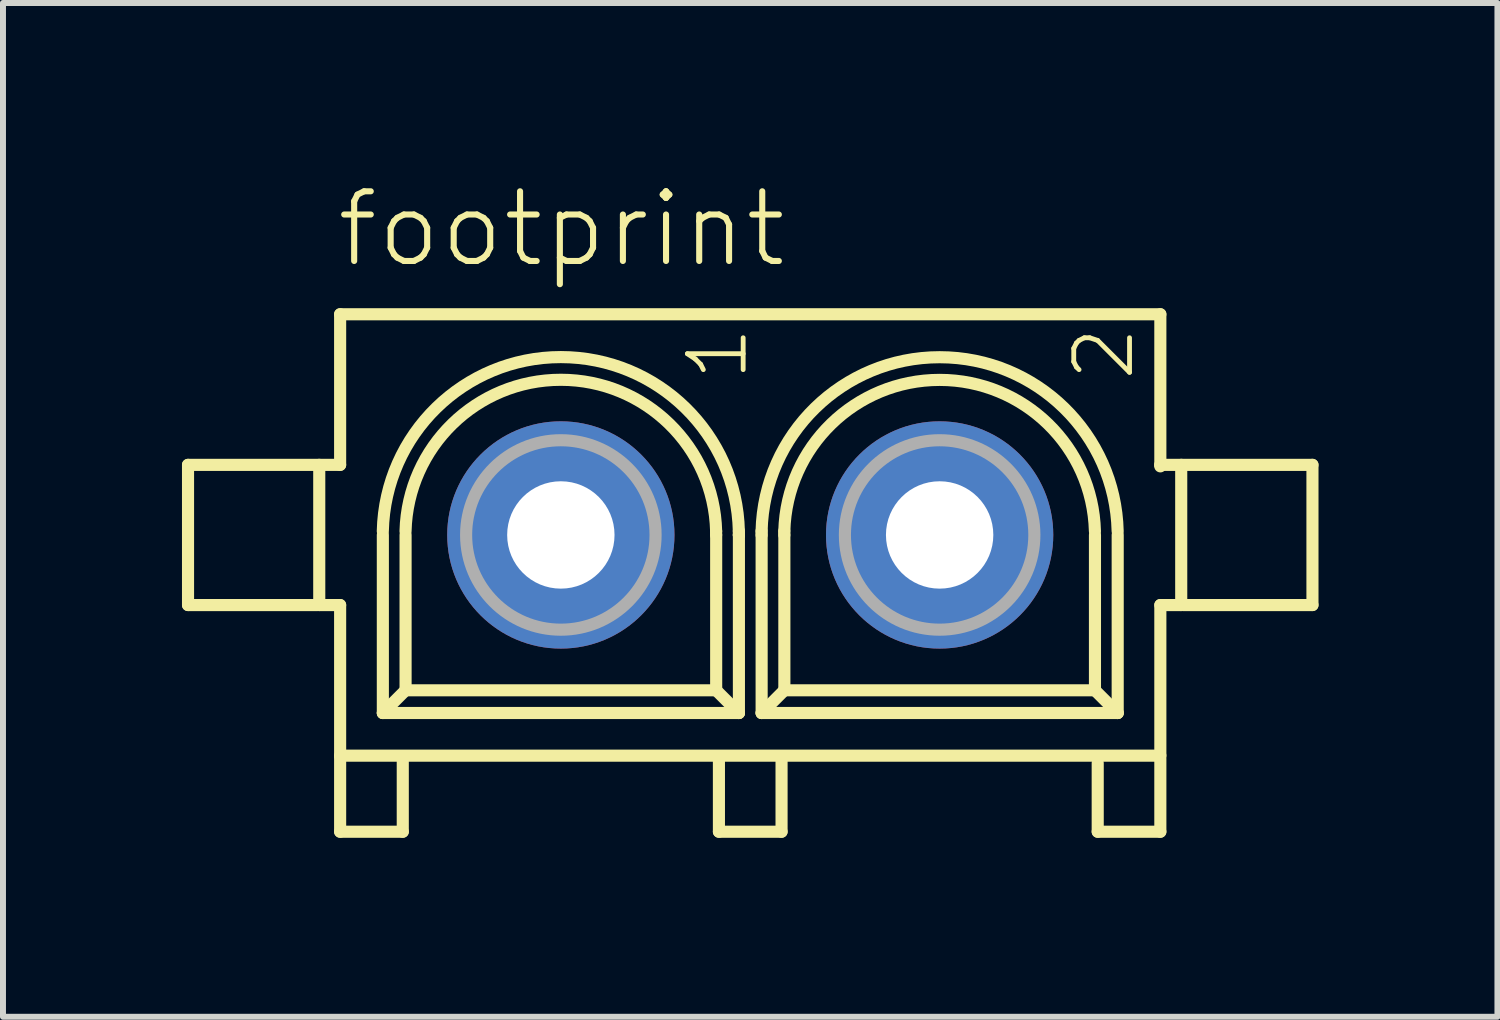
<source format=kicad_pcb>
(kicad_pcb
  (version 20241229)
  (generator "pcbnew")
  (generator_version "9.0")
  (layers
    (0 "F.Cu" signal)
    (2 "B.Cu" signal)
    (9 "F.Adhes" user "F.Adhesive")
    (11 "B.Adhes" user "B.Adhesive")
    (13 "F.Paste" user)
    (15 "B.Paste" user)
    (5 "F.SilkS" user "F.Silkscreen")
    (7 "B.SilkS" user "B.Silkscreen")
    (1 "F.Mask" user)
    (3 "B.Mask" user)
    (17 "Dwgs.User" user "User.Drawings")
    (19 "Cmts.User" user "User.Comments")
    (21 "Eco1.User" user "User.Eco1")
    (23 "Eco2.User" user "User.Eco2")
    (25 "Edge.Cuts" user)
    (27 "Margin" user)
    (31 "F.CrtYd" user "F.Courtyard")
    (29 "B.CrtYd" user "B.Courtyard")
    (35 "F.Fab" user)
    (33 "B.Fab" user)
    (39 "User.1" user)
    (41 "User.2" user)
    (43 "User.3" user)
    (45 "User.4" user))
  (footprint "footprint"
    (layer "F.Cu")
    (at 9.527 5.918)
    (property "Reference" "footprint" (at -6.985 -4.445 0) (layer "F.SilkS") (effects (font (size 1.168 1.168) (thickness 0.102)) (justify left bottom)))
    (fp_line (start -9.425 -1.175) (end -9.425 1.175) (stroke (width 0.203) (type solid)) (layer "F.SilkS"))
    (fp_line (start -9.425 1.175) (end -7.25 1.175) (stroke (width 0.203) (type solid)) (layer "F.SilkS"))
    (fp_line (start -7.25 -1.175) (end -9.425 -1.175) (stroke (width 0.203) (type solid)) (layer "F.SilkS"))
    (fp_line (start -7.225 -1.175) (end -6.875 -1.175) (stroke (width 0.203) (type solid)) (layer "F.SilkS"))
    (fp_line (start -7.225 1.175) (end -7.225 -1.175) (stroke (width 0.203) (type solid)) (layer "F.SilkS"))
    (fp_line (start -6.875 -3.7) (end 6.875 -3.7) (stroke (width 0.203) (type solid)) (layer "F.SilkS"))
    (fp_line (start -6.875 -1.175) (end -6.875 -3.7) (stroke (width 0.203) (type solid)) (layer "F.SilkS"))
    (fp_line (start -6.875 1.175) (end -7.225 1.175) (stroke (width 0.203) (type solid)) (layer "F.SilkS"))
    (fp_line (start -6.875 3.7) (end -6.875 1.175) (stroke (width 0.203) (type solid)) (layer "F.SilkS"))
    (fp_line (start -6.875 3.725) (end -6.875 4.975) (stroke (width 0.203) (type solid)) (layer "F.SilkS"))
    (fp_line (start -6.875 4.975) (end -5.825 4.975) (stroke (width 0.203) (type solid)) (layer "F.SilkS"))
    (fp_line (start -6.159 2.985) (end -6.159 0) (stroke (width 0.203) (type solid)) (layer "F.SilkS"))
    (fp_line (start -5.825 4.975) (end -5.825 3.8) (stroke (width 0.203) (type solid)) (layer "F.SilkS"))
    (fp_line (start -5.778 2.604) (end -6.159 2.985) (stroke (width 0.203) (type solid)) (layer "F.SilkS"))
    (fp_line (start -5.778 2.604) (end -5.778 0) (stroke (width 0.203) (type solid)) (layer "F.SilkS"))
    (fp_line (start -0.572 -0.064) (end -0.572 0) (stroke (width 0.203) (type solid)) (layer "F.SilkS"))
    (fp_line (start -0.571 0) (end -0.571 2.604) (stroke (width 0.203) (type solid)) (layer "F.SilkS"))
    (fp_line (start -0.571 2.604) (end -5.778 2.604) (stroke (width 0.203) (type solid)) (layer "F.SilkS"))
    (fp_line (start -0.571 2.604) (end -0.19 2.985) (stroke (width 0.203) (type solid)) (layer "F.SilkS"))
    (fp_line (start -0.525 4.975) (end -0.525 3.775) (stroke (width 0.203) (type solid)) (layer "F.SilkS"))
    (fp_line (start -0.191 -0.064) (end -0.191 0) (stroke (width 0.203) (type solid)) (layer "F.SilkS"))
    (fp_line (start -0.19 0) (end -0.191 0) (stroke (width 0.203) (type solid)) (layer "F.SilkS"))
    (fp_line (start -0.19 0) (end -0.19 2.985) (stroke (width 0.203) (type solid)) (layer "F.SilkS"))
    (fp_line (start -0.19 2.985) (end -6.159 2.985) (stroke (width 0.203) (type solid)) (layer "F.SilkS"))
    (fp_line (start 0.19 0) (end 0.19 -0.064) (stroke (width 0.203) (type solid)) (layer "F.SilkS"))
    (fp_line (start 0.191 2.985) (end 0.191 0) (stroke (width 0.203) (type solid)) (layer "F.SilkS"))
    (fp_line (start 0.525 3.775) (end 0.525 4.975) (stroke (width 0.203) (type solid)) (layer "F.SilkS"))
    (fp_line (start 0.525 4.975) (end -0.525 4.975) (stroke (width 0.203) (type solid)) (layer "F.SilkS"))
    (fp_line (start 0.571 0) (end 0.571 -0.064) (stroke (width 0.203) (type solid)) (layer "F.SilkS"))
    (fp_line (start 0.572 2.604) (end 0.191 2.985) (stroke (width 0.203) (type solid)) (layer "F.SilkS"))
    (fp_line (start 0.572 2.604) (end 0.572 0) (stroke (width 0.203) (type solid)) (layer "F.SilkS"))
    (fp_line (start 5.779 0) (end 5.779 2.604) (stroke (width 0.203) (type solid)) (layer "F.SilkS"))
    (fp_line (start 5.779 2.604) (end 0.572 2.604) (stroke (width 0.203) (type solid)) (layer "F.SilkS"))
    (fp_line (start 5.779 2.604) (end 6.16 2.985) (stroke (width 0.203) (type solid)) (layer "F.SilkS"))
    (fp_line (start 5.825 4.975) (end 5.825 3.825) (stroke (width 0.203) (type solid)) (layer "F.SilkS"))
    (fp_line (start 6.16 0) (end 6.16 2.985) (stroke (width 0.203) (type solid)) (layer "F.SilkS"))
    (fp_line (start 6.16 2.985) (end 0.191 2.985) (stroke (width 0.203) (type solid)) (layer "F.SilkS"))
    (fp_line (start 6.875 -3.7) (end 6.875 -1.175) (stroke (width 0.203) (type solid)) (layer "F.SilkS"))
    (fp_line (start 6.875 -1.175) (end 6.875 -1.15) (stroke (width 0.203) (type solid)) (layer "F.SilkS"))
    (fp_line (start 6.875 -1.175) (end 7.225 -1.175) (stroke (width 0.203) (type solid)) (layer "F.SilkS"))
    (fp_line (start 6.875 1.175) (end 6.875 3.7) (stroke (width 0.203) (type solid)) (layer "F.SilkS"))
    (fp_line (start 6.875 3.7) (end -6.875 3.7) (stroke (width 0.203) (type solid)) (layer "F.SilkS"))
    (fp_line (start 6.875 3.75) (end 6.875 4.975) (stroke (width 0.203) (type solid)) (layer "F.SilkS"))
    (fp_line (start 6.875 4.975) (end 5.825 4.975) (stroke (width 0.203) (type solid)) (layer "F.SilkS"))
    (fp_line (start 7.225 -1.175) (end 7.225 1.175) (stroke (width 0.203) (type solid)) (layer "F.SilkS"))
    (fp_line (start 7.225 1.175) (end 6.875 1.175) (stroke (width 0.203) (type solid)) (layer "F.SilkS"))
    (fp_line (start 7.25 -1.175) (end 9.425 -1.175) (stroke (width 0.203) (type solid)) (layer "F.SilkS"))
    (fp_line (start 9.425 -1.175) (end 9.425 1.175) (stroke (width 0.203) (type solid)) (layer "F.SilkS"))
    (fp_line (start 9.425 1.175) (end 7.25 1.175) (stroke (width 0.203) (type solid)) (layer "F.SilkS"))
    (fp_arc (start -6.1596 -0.0636) (mid -3.17515 -2.979945) (end -0.1907 -0.0636) (stroke (width 0.2032) (type solid)) (layer "F.SilkS"))
    (fp_arc (start -5.7786 -0.0636) (mid -3.17515 -2.601886) (end -0.5717 -0.0636) (stroke (width 0.2032) (type solid)) (layer "F.SilkS"))
    (fp_arc (start 0.1903 -0.0636) (mid 3.1748 -2.980093) (end 6.1593 -0.0636) (stroke (width 0.2032) (type solid)) (layer "F.SilkS"))
    (fp_arc (start 0.5713 -0.0636) (mid 3.174799 -2.600086) (end 5.7783 -0.063602) (stroke (width 0.2032) (type solid)) (layer "F.SilkS"))
    (fp_circle (center -3.175 0) (end -1.587 0) (stroke (width 0.203) (type solid)) (fill no) (layer "F.Fab"))
    (fp_circle (center 3.175 0) (end 4.763 0) (stroke (width 0.203) (type solid)) (fill no) (layer "F.Fab"))
    (fp_text user "2" (at 6.477 -2.54 90) (layer "F.SilkS") (effects (font (size 0.935 0.935) (thickness 0.081)) (justify left bottom)))
    (fp_text user "1" (at 0 -2.54 90) (layer "F.SilkS") (effects (font (size 0.935 0.935) (thickness 0.081)) (justify left bottom)))
    (pad "1" thru_hole circle (at -3.175 0) (size 3.81 3.81) (drill 1.8) (layers "*.Cu" "*.Mask"))
    (pad "2" thru_hole circle (at 3.175 0) (size 3.81 3.81) (drill 1.8) (layers "*.Cu" "*.Mask")))
  (gr_rect
    (start -3 -3)
    (end 22.053 13.995)
    (stroke (width 0.1) (type default))
    (fill no)
    (layer "Edge.Cuts")))
</source>
